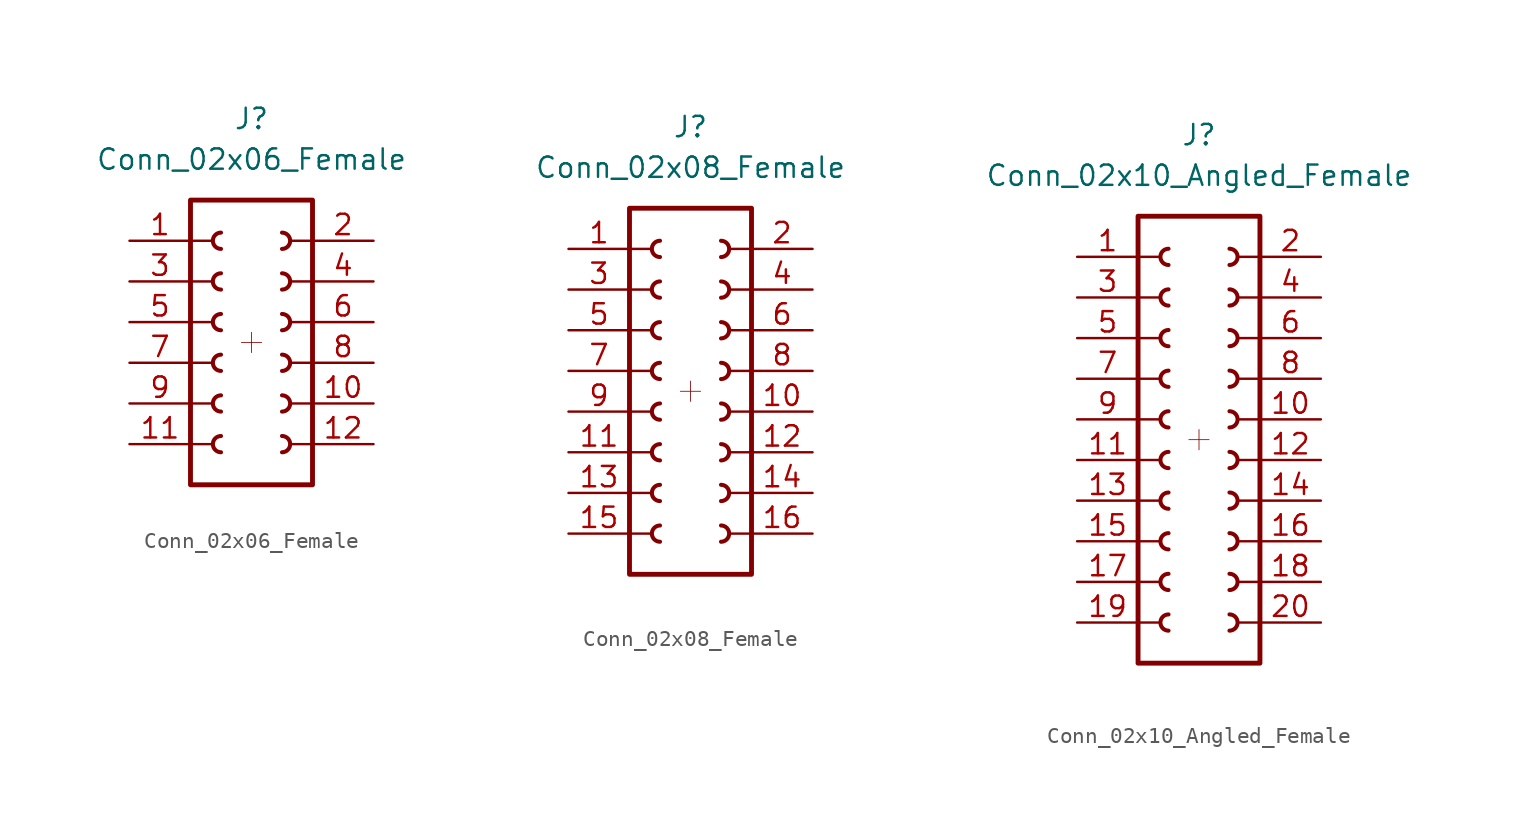
<source format=kicad_sym>
(kicad_symbol_lib
  (version 20211014)
  (generator kicad_symbol_editor)
  (symbol "Conn_02x06_Female"
    (pin_names
      (offset 1.016) hide)
    (property "Reference" "J"
      (at 0 12.7 0)
      (effects (font (size 1.27 1.27))))
    (property "Value" "Conn_02x06_Female"
      (at 0 10.16 0)
      (effects (font (size 1.27 1.27))))
    (symbol "Conn_02x06_Female_0_1"
      (rectangle (start -3.81 -7.62) (end -2.54 -7.62) (stroke (width 0.152) (type default) (color 0 0 0 0)) (fill (type none)))
      (rectangle (start -3.81 -5.08) (end -2.54 -5.08) (stroke (width 0.152) (type default) (color 0 0 0 0)) (fill (type none)))
      (rectangle (start -3.81 -2.54) (end -2.54 -2.54) (stroke (width 0.152) (type default) (color 0 0 0 0)) (fill (type none)))
      (rectangle (start -3.81 0) (end -2.54 0) (stroke (width 0.152) (type default) (color 0 0 0 0)) (fill (type none)))
      (rectangle (start -3.81 2.54) (end -2.54 2.54) (stroke (width 0.152) (type default) (color 0 0 0 0)) (fill (type none)))
      (rectangle (start -3.81 5.08) (end -2.54 5.08) (stroke (width 0.152) (type default) (color 0 0 0 0)) (fill (type none)))
      (rectangle (start -3.81 7.62) (end 3.81 -10.16) (stroke (width 0.305) (type default) (color 0 0 0 0)) (fill (type none))))
    (symbol "Conn_02x06_Female_1_1"
      (arc (start -1.905 -7.112) (mid -2.413 -7.62) (end -1.905 -8.128) (stroke (width 0.254) (type default) (color 0 0 0 0)) (fill (type none)))
      (arc (start -1.905 -4.572) (mid -2.413 -5.08) (end -1.905 -5.588) (stroke (width 0.254) (type default) (color 0 0 0 0)) (fill (type none)))
      (arc (start -1.905 -2.032) (mid -2.413 -2.54) (end -1.905 -3.048) (stroke (width 0.254) (type default) (color 0 0 0 0)) (fill (type none)))
      (arc (start -1.905 0.508) (mid -2.413 0) (end -1.905 -0.508) (stroke (width 0.254) (type default) (color 0 0 0 0)) (fill (type none)))
      (arc (start -1.905 3.048) (mid -2.413 2.54) (end -1.905 2.032) (stroke (width 0.254) (type default) (color 0 0 0 0)) (fill (type none)))
      (arc (start -1.905 5.588) (mid -2.413 5.08) (end -1.905 4.572) (stroke (width 0.254) (type default) (color 0 0 0 0)) (fill (type none)))
      (polyline (pts (xy -0.635 -1.27) (xy 0.635 -1.27)) (stroke (width 0.051) (type default) (color 0 0 0 0)) (fill (type none)))
      (polyline (pts (xy 0 -0.635) (xy 0 -1.905)) (stroke (width 0.051) (type default) (color 0 0 0 0)) (fill (type none)))
      (arc (start 1.905 -8.128) (mid 2.413 -7.62) (end 1.905 -7.112) (stroke (width 0.254) (type default) (color 0 0 0 0)) (fill (type none)))
      (arc (start 1.905 -5.588) (mid 2.413 -5.08) (end 1.905 -4.572) (stroke (width 0.254) (type default) (color 0 0 0 0)) (fill (type none)))
      (arc (start 1.905 -3.048) (mid 2.413 -2.54) (end 1.905 -2.032) (stroke (width 0.254) (type default) (color 0 0 0 0)) (fill (type none)))
      (arc (start 1.905 -0.508) (mid 2.413 0) (end 1.905 0.508) (stroke (width 0.254) (type default) (color 0 0 0 0)) (fill (type none)))
      (arc (start 1.905 2.032) (mid 2.413 2.54) (end 1.905 3.048) (stroke (width 0.254) (type default) (color 0 0 0 0)) (fill (type none)))
      (arc (start 1.905 4.572) (mid 2.413 5.08) (end 1.905 5.588) (stroke (width 0.254) (type default) (color 0 0 0 0)) (fill (type none)))
      (rectangle (start 3.81 -7.62) (end 2.54 -7.62) (stroke (width 0.152) (type default) (color 0 0 0 0)) (fill (type none)))
      (rectangle (start 3.81 -5.08) (end 2.54 -5.08) (stroke (width 0.152) (type default) (color 0 0 0 0)) (fill (type none)))
      (rectangle (start 3.81 -2.54) (end 2.54 -2.54) (stroke (width 0.152) (type default) (color 0 0 0 0)) (fill (type none)))
      (rectangle (start 3.81 0) (end 2.54 0) (stroke (width 0.152) (type default) (color 0 0 0 0)) (fill (type none)))
      (rectangle (start 3.81 2.54) (end 2.54 2.54) (stroke (width 0.152) (type default) (color 0 0 0 0)) (fill (type none)))
      (rectangle (start 3.81 5.08) (end 2.54 5.08) (stroke (width 0.152) (type default) (color 0 0 0 0)) (fill (type none)))
      (pin passive line (at -7.62 5.08 0) (length 3.81) (name "Pin_1" (effects (font (size 1.27 1.27)))) (number "1" (effects (font (size 1.27 1.27)))))
      (pin passive line (at 7.62 -5.08 180) (length 3.81) (name "Pin_10" (effects (font (size 1.27 1.27)))) (number "10" (effects (font (size 1.27 1.27)))))
      (pin passive line (at -7.62 -7.62 0) (length 3.81) (name "Pin_11" (effects (font (size 1.27 1.27)))) (number "11" (effects (font (size 1.27 1.27)))))
      (pin passive line (at 7.62 -7.62 180) (length 3.81) (name "Pin_12" (effects (font (size 1.27 1.27)))) (number "12" (effects (font (size 1.27 1.27)))))
      (pin passive line (at 7.62 5.08 180) (length 3.81) (name "Pin_2" (effects (font (size 1.27 1.27)))) (number "2" (effects (font (size 1.27 1.27)))))
      (pin passive line (at -7.62 2.54 0) (length 3.81) (name "Pin_3" (effects (font (size 1.27 1.27)))) (number "3" (effects (font (size 1.27 1.27)))))
      (pin passive line (at 7.62 2.54 180) (length 3.81) (name "Pin_4" (effects (font (size 1.27 1.27)))) (number "4" (effects (font (size 1.27 1.27)))))
      (pin passive line (at -7.62 0 0) (length 3.81) (name "Pin_5" (effects (font (size 1.27 1.27)))) (number "5" (effects (font (size 1.27 1.27)))))
      (pin passive line (at 7.62 0 180) (length 3.81) (name "Pin_6" (effects (font (size 1.27 1.27)))) (number "6" (effects (font (size 1.27 1.27)))))
      (pin passive line (at -7.62 -2.54 0) (length 3.81) (name "Pin_7" (effects (font (size 1.27 1.27)))) (number "7" (effects (font (size 1.27 1.27)))))
      (pin passive line (at 7.62 -2.54 180) (length 3.81) (name "Pin_8" (effects (font (size 1.27 1.27)))) (number "8" (effects (font (size 1.27 1.27)))))
      (pin passive line (at -7.62 -5.08 0) (length 3.81) (name "Pin_9" (effects (font (size 1.27 1.27)))) (number "9" (effects (font (size 1.27 1.27)))))))
  (symbol "Conn_02x08_Female"
    (pin_names
      (offset 1.016) hide)
    (property "Reference" "J"
      (at 0 15.24 0)
      (effects (font (size 1.27 1.27))))
    (property "Value" "Conn_02x08_Female"
      (at 0 12.7 0)
      (effects (font (size 1.27 1.27))))
    (symbol "Conn_02x08_Female_0_1"
      (rectangle (start -3.81 -10.16) (end -2.54 -10.16) (stroke (width 0.152) (type default) (color 0 0 0 0)) (fill (type none)))
      (rectangle (start -3.81 -7.62) (end -2.54 -7.62) (stroke (width 0.152) (type default) (color 0 0 0 0)) (fill (type none)))
      (rectangle (start -3.81 -5.08) (end -2.54 -5.08) (stroke (width 0.152) (type default) (color 0 0 0 0)) (fill (type none)))
      (rectangle (start -3.81 -2.54) (end -2.54 -2.54) (stroke (width 0.152) (type default) (color 0 0 0 0)) (fill (type none)))
      (rectangle (start -3.81 0) (end -2.54 0) (stroke (width 0.152) (type default) (color 0 0 0 0)) (fill (type none)))
      (rectangle (start -3.81 2.54) (end -2.54 2.54) (stroke (width 0.152) (type default) (color 0 0 0 0)) (fill (type none)))
      (rectangle (start -3.81 5.08) (end -2.54 5.08) (stroke (width 0.152) (type default) (color 0 0 0 0)) (fill (type none)))
      (rectangle (start -3.81 7.62) (end -2.54 7.62) (stroke (width 0.152) (type default) (color 0 0 0 0)) (fill (type none)))
      (rectangle (start -3.81 10.16) (end 3.81 -12.7) (stroke (width 0.305) (type default) (color 0 0 0 0)) (fill (type none))))
    (symbol "Conn_02x08_Female_1_1"
      (arc (start -1.905 -9.652) (mid -2.413 -10.16) (end -1.905 -10.668) (stroke (width 0.254) (type default) (color 0 0 0 0)) (fill (type none)))
      (arc (start -1.905 -7.112) (mid -2.413 -7.62) (end -1.905 -8.128) (stroke (width 0.254) (type default) (color 0 0 0 0)) (fill (type none)))
      (arc (start -1.905 -4.572) (mid -2.413 -5.08) (end -1.905 -5.588) (stroke (width 0.254) (type default) (color 0 0 0 0)) (fill (type none)))
      (arc (start -1.905 -2.032) (mid -2.413 -2.54) (end -1.905 -3.048) (stroke (width 0.254) (type default) (color 0 0 0 0)) (fill (type none)))
      (arc (start -1.905 0.508) (mid -2.413 0) (end -1.905 -0.508) (stroke (width 0.254) (type default) (color 0 0 0 0)) (fill (type none)))
      (arc (start -1.905 3.048) (mid -2.413 2.54) (end -1.905 2.032) (stroke (width 0.254) (type default) (color 0 0 0 0)) (fill (type none)))
      (arc (start -1.905 5.588) (mid -2.413 5.08) (end -1.905 4.572) (stroke (width 0.254) (type default) (color 0 0 0 0)) (fill (type none)))
      (arc (start -1.905 8.128) (mid -2.413 7.62) (end -1.905 7.112) (stroke (width 0.254) (type default) (color 0 0 0 0)) (fill (type none)))
      (polyline (pts (xy -0.635 -1.27) (xy 0.635 -1.27)) (stroke (width 0.051) (type default) (color 0 0 0 0)) (fill (type none)))
      (polyline (pts (xy 0 -0.635) (xy 0 -1.905)) (stroke (width 0.051) (type default) (color 0 0 0 0)) (fill (type none)))
      (arc (start 1.905 -10.668) (mid 2.413 -10.16) (end 1.905 -9.652) (stroke (width 0.254) (type default) (color 0 0 0 0)) (fill (type none)))
      (arc (start 1.905 -8.128) (mid 2.413 -7.62) (end 1.905 -7.112) (stroke (width 0.254) (type default) (color 0 0 0 0)) (fill (type none)))
      (arc (start 1.905 -5.588) (mid 2.413 -5.08) (end 1.905 -4.572) (stroke (width 0.254) (type default) (color 0 0 0 0)) (fill (type none)))
      (arc (start 1.905 -3.048) (mid 2.413 -2.54) (end 1.905 -2.032) (stroke (width 0.254) (type default) (color 0 0 0 0)) (fill (type none)))
      (arc (start 1.905 -0.508) (mid 2.413 0) (end 1.905 0.508) (stroke (width 0.254) (type default) (color 0 0 0 0)) (fill (type none)))
      (arc (start 1.905 2.032) (mid 2.413 2.54) (end 1.905 3.048) (stroke (width 0.254) (type default) (color 0 0 0 0)) (fill (type none)))
      (arc (start 1.905 4.572) (mid 2.413 5.08) (end 1.905 5.588) (stroke (width 0.254) (type default) (color 0 0 0 0)) (fill (type none)))
      (arc (start 1.905 7.112) (mid 2.413 7.62) (end 1.905 8.128) (stroke (width 0.254) (type default) (color 0 0 0 0)) (fill (type none)))
      (rectangle (start 3.81 -10.16) (end 2.54 -10.16) (stroke (width 0.152) (type default) (color 0 0 0 0)) (fill (type none)))
      (rectangle (start 3.81 -7.62) (end 2.54 -7.62) (stroke (width 0.152) (type default) (color 0 0 0 0)) (fill (type none)))
      (rectangle (start 3.81 -5.08) (end 2.54 -5.08) (stroke (width 0.152) (type default) (color 0 0 0 0)) (fill (type none)))
      (rectangle (start 3.81 -2.54) (end 2.54 -2.54) (stroke (width 0.152) (type default) (color 0 0 0 0)) (fill (type none)))
      (rectangle (start 3.81 0) (end 2.54 0) (stroke (width 0.152) (type default) (color 0 0 0 0)) (fill (type none)))
      (rectangle (start 3.81 2.54) (end 2.54 2.54) (stroke (width 0.152) (type default) (color 0 0 0 0)) (fill (type none)))
      (rectangle (start 3.81 5.08) (end 2.54 5.08) (stroke (width 0.152) (type default) (color 0 0 0 0)) (fill (type none)))
      (rectangle (start 3.81 7.62) (end 2.54 7.62) (stroke (width 0.152) (type default) (color 0 0 0 0)) (fill (type none)))
      (pin passive line (at -7.62 7.62 0) (length 3.81) (name "Pin_1" (effects (font (size 1.27 1.27)))) (number "1" (effects (font (size 1.27 1.27)))))
      (pin passive line (at 7.62 -2.54 180) (length 3.81) (name "Pin_10" (effects (font (size 1.27 1.27)))) (number "10" (effects (font (size 1.27 1.27)))))
      (pin passive line (at -7.62 -5.08 0) (length 3.81) (name "Pin_11" (effects (font (size 1.27 1.27)))) (number "11" (effects (font (size 1.27 1.27)))))
      (pin passive line (at 7.62 -5.08 180) (length 3.81) (name "Pin_12" (effects (font (size 1.27 1.27)))) (number "12" (effects (font (size 1.27 1.27)))))
      (pin passive line (at -7.62 -7.62 0) (length 3.81) (name "Pin_13" (effects (font (size 1.27 1.27)))) (number "13" (effects (font (size 1.27 1.27)))))
      (pin passive line (at 7.62 -7.62 180) (length 3.81) (name "14" (effects (font (size 1.27 1.27)))) (number "14" (effects (font (size 1.27 1.27)))))
      (pin passive line (at -7.62 -10.16 0) (length 3.81) (name "15" (effects (font (size 1.27 1.27)))) (number "15" (effects (font (size 1.27 1.27)))))
      (pin passive line (at 7.62 -10.16 180) (length 3.81) (name "16" (effects (font (size 1.27 1.27)))) (number "16" (effects (font (size 1.27 1.27)))))
      (pin passive line (at 7.62 7.62 180) (length 3.81) (name "Pin_2" (effects (font (size 1.27 1.27)))) (number "2" (effects (font (size 1.27 1.27)))))
      (pin passive line (at -7.62 5.08 0) (length 3.81) (name "Pin_3" (effects (font (size 1.27 1.27)))) (number "3" (effects (font (size 1.27 1.27)))))
      (pin passive line (at 7.62 5.08 180) (length 3.81) (name "Pin_4" (effects (font (size 1.27 1.27)))) (number "4" (effects (font (size 1.27 1.27)))))
      (pin passive line (at -7.62 2.54 0) (length 3.81) (name "Pin_5" (effects (font (size 1.27 1.27)))) (number "5" (effects (font (size 1.27 1.27)))))
      (pin passive line (at 7.62 2.54 180) (length 3.81) (name "Pin_6" (effects (font (size 1.27 1.27)))) (number "6" (effects (font (size 1.27 1.27)))))
      (pin passive line (at -7.62 0 0) (length 3.81) (name "Pin_7" (effects (font (size 1.27 1.27)))) (number "7" (effects (font (size 1.27 1.27)))))
      (pin passive line (at 7.62 0 180) (length 3.81) (name "Pin_8" (effects (font (size 1.27 1.27)))) (number "8" (effects (font (size 1.27 1.27)))))
      (pin passive line (at -7.62 -2.54 0) (length 3.81) (name "Pin_9" (effects (font (size 1.27 1.27)))) (number "9" (effects (font (size 1.27 1.27)))))))
  (symbol "Conn_02x10_Angled_Female"
    (pin_names
      (offset 1.016) hide)
    (property "Reference" "J"
      (at 0 17.78 0)
      (effects (font (size 1.27 1.27))))
    (property "Value" "Conn_02x10_Angled_Female"
      (at 0 15.24 0)
      (effects (font (size 1.27 1.27))))
    (symbol "Conn_02x10_Angled_Female_0_1"
      (rectangle (start -3.81 -12.7) (end -2.54 -12.7) (stroke (width 0.152) (type default) (color 0 0 0 0)) (fill (type none)))
      (rectangle (start -3.81 -10.16) (end -2.54 -10.16) (stroke (width 0.152) (type default) (color 0 0 0 0)) (fill (type none)))
      (rectangle (start -3.81 -7.62) (end -2.54 -7.62) (stroke (width 0.152) (type default) (color 0 0 0 0)) (fill (type none)))
      (rectangle (start -3.81 -5.08) (end -2.54 -5.08) (stroke (width 0.152) (type default) (color 0 0 0 0)) (fill (type none)))
      (rectangle (start -3.81 -2.54) (end -2.54 -2.54) (stroke (width 0.152) (type default) (color 0 0 0 0)) (fill (type none)))
      (rectangle (start -3.81 0) (end -2.54 0) (stroke (width 0.152) (type default) (color 0 0 0 0)) (fill (type none)))
      (rectangle (start -3.81 2.54) (end -2.54 2.54) (stroke (width 0.152) (type default) (color 0 0 0 0)) (fill (type none)))
      (rectangle (start -3.81 5.08) (end -2.54 5.08) (stroke (width 0.152) (type default) (color 0 0 0 0)) (fill (type none)))
      (rectangle (start -3.81 7.62) (end -2.54 7.62) (stroke (width 0.152) (type default) (color 0 0 0 0)) (fill (type none)))
      (rectangle (start -3.81 10.16) (end -2.54 10.16) (stroke (width 0.152) (type default) (color 0 0 0 0)) (fill (type none)))
      (rectangle (start -3.81 12.7) (end 3.81 -15.24) (stroke (width 0.305) (type default) (color 0 0 0 0)) (fill (type none))))
    (symbol "Conn_02x10_Angled_Female_1_1"
      (arc (start -1.905 -12.192) (mid -2.413 -12.7) (end -1.905 -13.208) (stroke (width 0.254) (type default) (color 0 0 0 0)) (fill (type none)))
      (arc (start -1.905 -9.652) (mid -2.413 -10.16) (end -1.905 -10.668) (stroke (width 0.254) (type default) (color 0 0 0 0)) (fill (type none)))
      (arc (start -1.905 -7.112) (mid -2.413 -7.62) (end -1.905 -8.128) (stroke (width 0.254) (type default) (color 0 0 0 0)) (fill (type none)))
      (arc (start -1.905 -4.572) (mid -2.413 -5.08) (end -1.905 -5.588) (stroke (width 0.254) (type default) (color 0 0 0 0)) (fill (type none)))
      (arc (start -1.905 -2.032) (mid -2.413 -2.54) (end -1.905 -3.048) (stroke (width 0.254) (type default) (color 0 0 0 0)) (fill (type none)))
      (arc (start -1.905 0.508) (mid -2.413 0) (end -1.905 -0.508) (stroke (width 0.254) (type default) (color 0 0 0 0)) (fill (type none)))
      (arc (start -1.905 3.048) (mid -2.413 2.54) (end -1.905 2.032) (stroke (width 0.254) (type default) (color 0 0 0 0)) (fill (type none)))
      (arc (start -1.905 5.588) (mid -2.413 5.08) (end -1.905 4.572) (stroke (width 0.254) (type default) (color 0 0 0 0)) (fill (type none)))
      (arc (start -1.905 8.128) (mid -2.413 7.62) (end -1.905 7.112) (stroke (width 0.254) (type default) (color 0 0 0 0)) (fill (type none)))
      (arc (start -1.905 10.668) (mid -2.413 10.16) (end -1.905 9.652) (stroke (width 0.254) (type default) (color 0 0 0 0)) (fill (type none)))
      (polyline (pts (xy -0.635 -1.27) (xy 0.635 -1.27)) (stroke (width 0.051) (type default) (color 0 0 0 0)) (fill (type none)))
      (polyline (pts (xy 0 -0.635) (xy 0 -1.905)) (stroke (width 0.051) (type default) (color 0 0 0 0)) (fill (type none)))
      (arc (start 1.905 -13.208) (mid 2.413 -12.7) (end 1.905 -12.192) (stroke (width 0.254) (type default) (color 0 0 0 0)) (fill (type none)))
      (arc (start 1.905 -10.668) (mid 2.413 -10.16) (end 1.905 -9.652) (stroke (width 0.254) (type default) (color 0 0 0 0)) (fill (type none)))
      (arc (start 1.905 -8.128) (mid 2.413 -7.62) (end 1.905 -7.112) (stroke (width 0.254) (type default) (color 0 0 0 0)) (fill (type none)))
      (arc (start 1.905 -5.588) (mid 2.413 -5.08) (end 1.905 -4.572) (stroke (width 0.254) (type default) (color 0 0 0 0)) (fill (type none)))
      (arc (start 1.905 -3.048) (mid 2.413 -2.54) (end 1.905 -2.032) (stroke (width 0.254) (type default) (color 0 0 0 0)) (fill (type none)))
      (arc (start 1.905 -0.508) (mid 2.413 0) (end 1.905 0.508) (stroke (width 0.254) (type default) (color 0 0 0 0)) (fill (type none)))
      (arc (start 1.905 2.032) (mid 2.413 2.54) (end 1.905 3.048) (stroke (width 0.254) (type default) (color 0 0 0 0)) (fill (type none)))
      (arc (start 1.905 4.572) (mid 2.413 5.08) (end 1.905 5.588) (stroke (width 0.254) (type default) (color 0 0 0 0)) (fill (type none)))
      (arc (start 1.905 7.112) (mid 2.413 7.62) (end 1.905 8.128) (stroke (width 0.254) (type default) (color 0 0 0 0)) (fill (type none)))
      (arc (start 1.905 9.652) (mid 2.413 10.16) (end 1.905 10.668) (stroke (width 0.254) (type default) (color 0 0 0 0)) (fill (type none)))
      (rectangle (start 3.81 -12.7) (end 2.54 -12.7) (stroke (width 0.152) (type default) (color 0 0 0 0)) (fill (type none)))
      (rectangle (start 3.81 -10.16) (end 2.54 -10.16) (stroke (width 0.152) (type default) (color 0 0 0 0)) (fill (type none)))
      (rectangle (start 3.81 -7.62) (end 2.54 -7.62) (stroke (width 0.152) (type default) (color 0 0 0 0)) (fill (type none)))
      (rectangle (start 3.81 -5.08) (end 2.54 -5.08) (stroke (width 0.152) (type default) (color 0 0 0 0)) (fill (type none)))
      (rectangle (start 3.81 -2.54) (end 2.54 -2.54) (stroke (width 0.152) (type default) (color 0 0 0 0)) (fill (type none)))
      (rectangle (start 3.81 0) (end 2.54 0) (stroke (width 0.152) (type default) (color 0 0 0 0)) (fill (type none)))
      (rectangle (start 3.81 2.54) (end 2.54 2.54) (stroke (width 0.152) (type default) (color 0 0 0 0)) (fill (type none)))
      (rectangle (start 3.81 5.08) (end 2.54 5.08) (stroke (width 0.152) (type default) (color 0 0 0 0)) (fill (type none)))
      (rectangle (start 3.81 7.62) (end 2.54 7.62) (stroke (width 0.152) (type default) (color 0 0 0 0)) (fill (type none)))
      (rectangle (start 3.81 10.16) (end 2.54 10.16) (stroke (width 0.152) (type default) (color 0 0 0 0)) (fill (type none)))
      (pin passive line (at -7.62 10.16 0) (length 3.81) (name "Pin_1" (effects (font (size 1.27 1.27)))) (number "1" (effects (font (size 1.27 1.27)))))
      (pin passive line (at 7.62 0 180) (length 3.81) (name "Pin_10" (effects (font (size 1.27 1.27)))) (number "10" (effects (font (size 1.27 1.27)))))
      (pin passive line (at -7.62 -2.54 0) (length 3.81) (name "Pin_11" (effects (font (size 1.27 1.27)))) (number "11" (effects (font (size 1.27 1.27)))))
      (pin passive line (at 7.62 -2.54 180) (length 3.81) (name "Pin_12" (effects (font (size 1.27 1.27)))) (number "12" (effects (font (size 1.27 1.27)))))
      (pin passive line (at -7.62 -5.08 0) (length 3.81) (name "Pin_13" (effects (font (size 1.27 1.27)))) (number "13" (effects (font (size 1.27 1.27)))))
      (pin passive line (at 7.62 -5.08 180) (length 3.81) (name "14" (effects (font (size 1.27 1.27)))) (number "14" (effects (font (size 1.27 1.27)))))
      (pin passive line (at -7.62 -7.62 0) (length 3.81) (name "15" (effects (font (size 1.27 1.27)))) (number "15" (effects (font (size 1.27 1.27)))))
      (pin passive line (at 7.62 -7.62 180) (length 3.81) (name "16" (effects (font (size 1.27 1.27)))) (number "16" (effects (font (size 1.27 1.27)))))
      (pin passive line (at -7.62 -10.16 0) (length 3.81) (name "17" (effects (font (size 1.27 1.27)))) (number "17" (effects (font (size 1.27 1.27)))))
      (pin passive line (at 7.62 -10.16 180) (length 3.81) (name "18" (effects (font (size 1.27 1.27)))) (number "18" (effects (font (size 1.27 1.27)))))
      (pin passive line (at -7.62 -12.7 0) (length 3.81) (name "19" (effects (font (size 1.27 1.27)))) (number "19" (effects (font (size 1.27 1.27)))))
      (pin passive line (at 7.62 10.16 180) (length 3.81) (name "Pin_2" (effects (font (size 1.27 1.27)))) (number "2" (effects (font (size 1.27 1.27)))))
      (pin passive line (at 7.62 -12.7 180) (length 3.81) (name "20" (effects (font (size 1.27 1.27)))) (number "20" (effects (font (size 1.27 1.27)))))
      (pin passive line (at -7.62 7.62 0) (length 3.81) (name "Pin_3" (effects (font (size 1.27 1.27)))) (number "3" (effects (font (size 1.27 1.27)))))
      (pin passive line (at 7.62 7.62 180) (length 3.81) (name "Pin_4" (effects (font (size 1.27 1.27)))) (number "4" (effects (font (size 1.27 1.27)))))
      (pin passive line (at -7.62 5.08 0) (length 3.81) (name "Pin_5" (effects (font (size 1.27 1.27)))) (number "5" (effects (font (size 1.27 1.27)))))
      (pin passive line (at 7.62 5.08 180) (length 3.81) (name "Pin_6" (effects (font (size 1.27 1.27)))) (number "6" (effects (font (size 1.27 1.27)))))
      (pin passive line (at -7.62 2.54 0) (length 3.81) (name "Pin_7" (effects (font (size 1.27 1.27)))) (number "7" (effects (font (size 1.27 1.27)))))
      (pin passive line (at 7.62 2.54 180) (length 3.81) (name "Pin_8" (effects (font (size 1.27 1.27)))) (number "8" (effects (font (size 1.27 1.27)))))
      (pin passive line (at -7.62 0 0) (length 3.81) (name "Pin_9" (effects (font (size 1.27 1.27)))) (number "9" (effects (font (size 1.27 1.27))))))))
</source>
